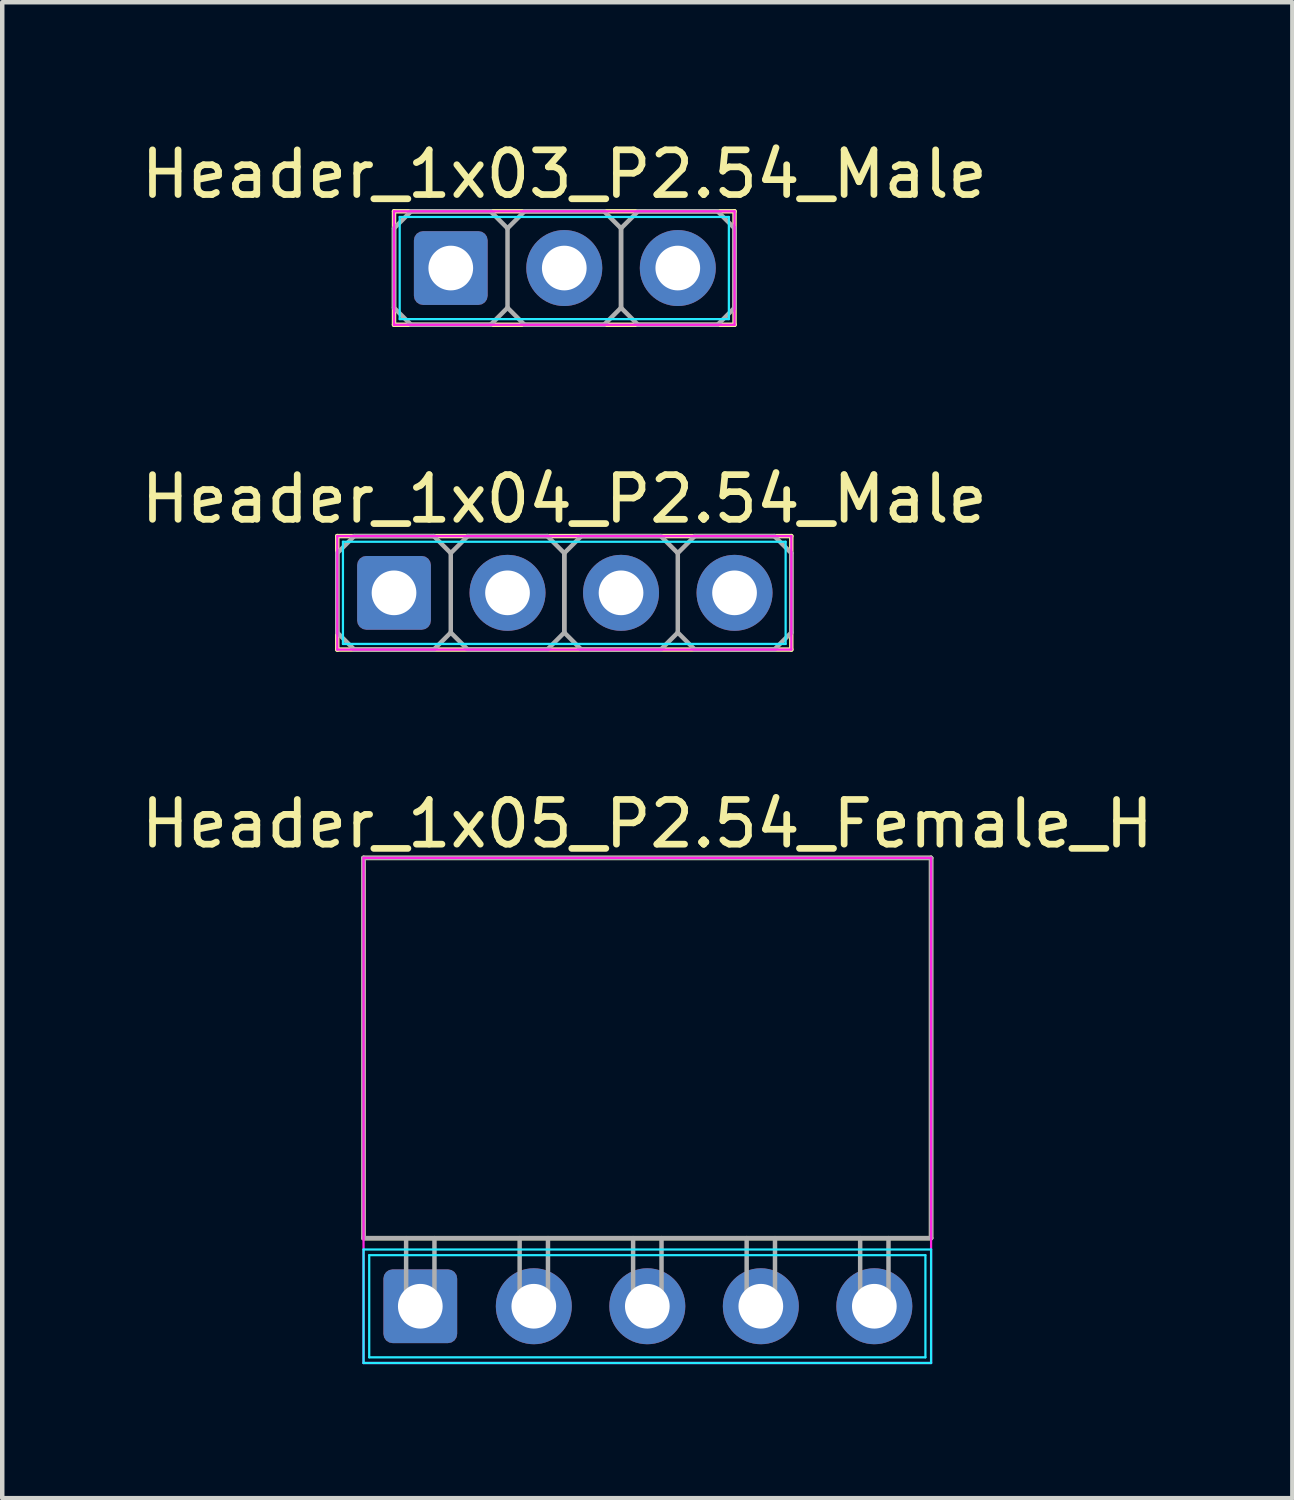
<source format=kicad_pcb>
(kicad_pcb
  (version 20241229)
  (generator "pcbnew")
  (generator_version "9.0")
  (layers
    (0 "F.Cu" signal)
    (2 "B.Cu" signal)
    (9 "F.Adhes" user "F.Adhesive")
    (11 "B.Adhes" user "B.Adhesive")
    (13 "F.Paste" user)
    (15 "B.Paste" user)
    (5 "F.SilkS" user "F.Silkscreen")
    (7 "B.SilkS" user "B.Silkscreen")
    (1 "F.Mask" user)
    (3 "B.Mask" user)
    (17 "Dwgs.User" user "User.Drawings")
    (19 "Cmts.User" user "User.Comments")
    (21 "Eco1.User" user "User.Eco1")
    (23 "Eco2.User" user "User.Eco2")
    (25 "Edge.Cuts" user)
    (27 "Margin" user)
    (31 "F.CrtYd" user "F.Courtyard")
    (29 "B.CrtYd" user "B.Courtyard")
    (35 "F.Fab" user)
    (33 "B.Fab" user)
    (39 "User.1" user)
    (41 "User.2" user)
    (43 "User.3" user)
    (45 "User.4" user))
  (footprint "Header_1x03_P2.54_Male"
    (layer "F.Cu")
    (at 9.577 2.948)
    (property "Reference" "Header_1x03_P2.54_Male" (at 0 -2.1 0) (layer "F.SilkS") (effects (font (size 1 1) (thickness 0.15))))
    (attr through_hole)
    (fp_line (start -3.81 -1.27) (end -3.81 1.27) (stroke (width 0.1) (type solid)) (layer "F.SilkS"))
    (fp_line (start -3.81 1.27) (end 3.81 1.27) (stroke (width 0.1) (type solid)) (layer "F.SilkS"))
    (fp_line (start 3.81 -1.27) (end -3.81 -1.27) (stroke (width 0.1) (type solid)) (layer "F.SilkS"))
    (fp_line (start 3.81 1.27) (end 3.81 -1.27) (stroke (width 0.1) (type solid)) (layer "F.SilkS"))
    (fp_line (start -3.683 -1.143) (end -3.683 1.143) (stroke (width 0.05) (type solid)) (layer "B.CrtYd"))
    (fp_line (start -3.683 1.143) (end 3.683 1.143) (stroke (width 0.05) (type solid)) (layer "B.CrtYd"))
    (fp_line (start 3.683 -1.143) (end -3.683 -1.143) (stroke (width 0.05) (type solid)) (layer "B.CrtYd"))
    (fp_line (start 3.683 1.143) (end 3.683 -1.143) (stroke (width 0.05) (type solid)) (layer "B.CrtYd"))
    (fp_line (start -3.81 -1.27) (end -3.81 1.27) (stroke (width 0.05) (type solid)) (layer "F.CrtYd"))
    (fp_line (start -3.81 1.27) (end 3.81 1.27) (stroke (width 0.05) (type solid)) (layer "F.CrtYd"))
    (fp_line (start 3.81 -1.27) (end -3.81 -1.27) (stroke (width 0.05) (type solid)) (layer "F.CrtYd"))
    (fp_line (start 3.81 1.27) (end 3.81 -1.27) (stroke (width 0.05) (type solid)) (layer "F.CrtYd"))
    (fp_line (start -3.81 -0.889) (end -3.81 0.889) (stroke (width 0.1) (type solid)) (layer "F.Fab"))
    (fp_line (start -3.81 0.889) (end -3.429 1.27) (stroke (width 0.1) (type solid)) (layer "F.Fab"))
    (fp_line (start -3.429 -1.27) (end -3.81 -0.889) (stroke (width 0.1) (type solid)) (layer "F.Fab"))
    (fp_line (start -3.429 -1.27) (end -1.651 -1.27) (stroke (width 0.1) (type solid)) (layer "F.Fab"))
    (fp_line (start -3.429 1.27) (end -1.651 1.27) (stroke (width 0.1) (type solid)) (layer "F.Fab"))
    (fp_line (start -1.651 -1.27) (end -1.27 -0.889) (stroke (width 0.1) (type solid)) (layer "F.Fab"))
    (fp_line (start -1.651 1.27) (end -1.27 0.889) (stroke (width 0.1) (type solid)) (layer "F.Fab"))
    (fp_line (start -1.27 -0.889) (end -1.27 0.889) (stroke (width 0.1) (type solid)) (layer "F.Fab"))
    (fp_line (start -1.27 0.889) (end -0.889 1.27) (stroke (width 0.1) (type solid)) (layer "F.Fab"))
    (fp_line (start -0.889 -1.27) (end -1.27 -0.889) (stroke (width 0.1) (type solid)) (layer "F.Fab"))
    (fp_line (start -0.889 -1.27) (end 0.889 -1.27) (stroke (width 0.1) (type solid)) (layer "F.Fab"))
    (fp_line (start -0.889 1.27) (end 0.889 1.27) (stroke (width 0.1) (type solid)) (layer "F.Fab"))
    (fp_line (start 0.889 -1.27) (end 1.27 -0.889) (stroke (width 0.1) (type solid)) (layer "F.Fab"))
    (fp_line (start 0.889 1.27) (end 1.27 0.889) (stroke (width 0.1) (type solid)) (layer "F.Fab"))
    (fp_line (start 1.27 -0.889) (end 1.27 0.889) (stroke (width 0.1) (type solid)) (layer "F.Fab"))
    (fp_line (start 1.27 -0.889) (end 1.27 0.889) (stroke (width 0.1) (type solid)) (layer "F.Fab"))
    (fp_line (start 1.27 0.889) (end 1.651 1.27) (stroke (width 0.1) (type solid)) (layer "F.Fab"))
    (fp_line (start 1.651 -1.27) (end 1.27 -0.889) (stroke (width 0.1) (type solid)) (layer "F.Fab"))
    (fp_line (start 1.651 -1.27) (end 3.429 -1.27) (stroke (width 0.1) (type solid)) (layer "F.Fab"))
    (fp_line (start 1.651 1.27) (end 3.429 1.27) (stroke (width 0.1) (type solid)) (layer "F.Fab"))
    (fp_line (start 3.429 -1.27) (end 3.81 -0.889) (stroke (width 0.1) (type solid)) (layer "F.Fab"))
    (fp_line (start 3.429 1.27) (end 3.81 0.889) (stroke (width 0.1) (type solid)) (layer "F.Fab"))
    (fp_line (start 3.81 -0.889) (end 3.81 0.889) (stroke (width 0.1) (type solid)) (layer "F.Fab"))
    (pad "1" thru_hole roundrect (at -2.54 0) (size 1.65 1.65) (drill 1) (layers "*.Cu" "*.Mask") (roundrect_rratio 0.125))
    (pad "2" thru_hole circle (at 0 0) (size 1.7 1.7) (drill 1) (layers "*.Cu" "*.Mask"))
    (pad "3" thru_hole circle (at 2.54 0) (size 1.7 1.7) (drill 1) (layers "*.Cu" "*.Mask")))
  (footprint "Header_1x04_P2.54_Male"
    (layer "F.Cu")
    (at 9.577 10.216)
    (property "Reference" "Header_1x04_P2.54_Male" (at 0 -2.1 0) (layer "F.SilkS") (effects (font (size 1 1) (thickness 0.15))))
    (attr through_hole)
    (fp_line (start -5.08 -1.27) (end -5.08 1.27) (stroke (width 0.1) (type solid)) (layer "F.SilkS"))
    (fp_line (start -5.08 1.27) (end 5.08 1.27) (stroke (width 0.1) (type solid)) (layer "F.SilkS"))
    (fp_line (start 5.08 -1.27) (end -5.08 -1.27) (stroke (width 0.1) (type solid)) (layer "F.SilkS"))
    (fp_line (start 5.08 1.27) (end 5.08 -1.27) (stroke (width 0.1) (type solid)) (layer "F.SilkS"))
    (fp_line (start -4.953 -1.143) (end -4.953 1.143) (stroke (width 0.05) (type solid)) (layer "B.CrtYd"))
    (fp_line (start -4.953 1.143) (end 4.953 1.143) (stroke (width 0.05) (type solid)) (layer "B.CrtYd"))
    (fp_line (start 4.953 -1.143) (end -4.953 -1.143) (stroke (width 0.05) (type solid)) (layer "B.CrtYd"))
    (fp_line (start 4.953 1.143) (end 4.953 -1.143) (stroke (width 0.05) (type solid)) (layer "B.CrtYd"))
    (fp_line (start -5.08 -1.27) (end -5.08 1.27) (stroke (width 0.05) (type solid)) (layer "F.CrtYd"))
    (fp_line (start -5.08 1.27) (end 5.08 1.27) (stroke (width 0.05) (type solid)) (layer "F.CrtYd"))
    (fp_line (start 5.08 -1.27) (end -5.08 -1.27) (stroke (width 0.05) (type solid)) (layer "F.CrtYd"))
    (fp_line (start 5.08 1.27) (end 5.08 -1.27) (stroke (width 0.05) (type solid)) (layer "F.CrtYd"))
    (fp_line (start -5.08 -0.889) (end -5.08 0.889) (stroke (width 0.1) (type solid)) (layer "F.Fab"))
    (fp_line (start -5.08 0.889) (end -4.699 1.27) (stroke (width 0.1) (type solid)) (layer "F.Fab"))
    (fp_line (start -4.699 -1.27) (end -5.08 -0.889) (stroke (width 0.1) (type solid)) (layer "F.Fab"))
    (fp_line (start -4.699 -1.27) (end -2.921 -1.27) (stroke (width 0.1) (type solid)) (layer "F.Fab"))
    (fp_line (start -4.699 1.27) (end -2.921 1.27) (stroke (width 0.1) (type solid)) (layer "F.Fab"))
    (fp_line (start -2.921 -1.27) (end -2.54 -0.889) (stroke (width 0.1) (type solid)) (layer "F.Fab"))
    (fp_line (start -2.921 1.27) (end -2.54 0.889) (stroke (width 0.1) (type solid)) (layer "F.Fab"))
    (fp_line (start -2.54 -0.889) (end -2.54 0.889) (stroke (width 0.1) (type solid)) (layer "F.Fab"))
    (fp_line (start -2.54 0.889) (end -2.159 1.27) (stroke (width 0.1) (type solid)) (layer "F.Fab"))
    (fp_line (start -2.159 -1.27) (end -2.54 -0.889) (stroke (width 0.1) (type solid)) (layer "F.Fab"))
    (fp_line (start -2.159 -1.27) (end -0.381 -1.27) (stroke (width 0.1) (type solid)) (layer "F.Fab"))
    (fp_line (start -2.159 1.27) (end -0.381 1.27) (stroke (width 0.1) (type solid)) (layer "F.Fab"))
    (fp_line (start -0.381 -1.27) (end 0 -0.889) (stroke (width 0.1) (type solid)) (layer "F.Fab"))
    (fp_line (start -0.381 1.27) (end 0 0.889) (stroke (width 0.1) (type solid)) (layer "F.Fab"))
    (fp_line (start 0 -0.889) (end 0 0.889) (stroke (width 0.1) (type solid)) (layer "F.Fab"))
    (fp_line (start 0 -0.889) (end 0 0.889) (stroke (width 0.1) (type solid)) (layer "F.Fab"))
    (fp_line (start 0 0.889) (end 0.381 1.27) (stroke (width 0.1) (type solid)) (layer "F.Fab"))
    (fp_line (start 0.381 -1.27) (end 0 -0.889) (stroke (width 0.1) (type solid)) (layer "F.Fab"))
    (fp_line (start 0.381 -1.27) (end 2.159 -1.27) (stroke (width 0.1) (type solid)) (layer "F.Fab"))
    (fp_line (start 0.381 1.27) (end 2.159 1.27) (stroke (width 0.1) (type solid)) (layer "F.Fab"))
    (fp_line (start 2.159 -1.27) (end 2.54 -0.889) (stroke (width 0.1) (type solid)) (layer "F.Fab"))
    (fp_line (start 2.159 1.27) (end 2.54 0.889) (stroke (width 0.1) (type solid)) (layer "F.Fab"))
    (fp_line (start 2.54 -0.889) (end 2.54 0.889) (stroke (width 0.1) (type solid)) (layer "F.Fab"))
    (fp_line (start 2.54 0.889) (end 2.921 1.27) (stroke (width 0.1) (type solid)) (layer "F.Fab"))
    (fp_line (start 2.921 -1.27) (end 2.54 -0.889) (stroke (width 0.1) (type solid)) (layer "F.Fab"))
    (fp_line (start 2.921 -1.27) (end 4.699 -1.27) (stroke (width 0.1) (type solid)) (layer "F.Fab"))
    (fp_line (start 2.921 1.27) (end 4.699 1.27) (stroke (width 0.1) (type solid)) (layer "F.Fab"))
    (fp_line (start 4.699 -1.27) (end 5.08 -0.889) (stroke (width 0.1) (type solid)) (layer "F.Fab"))
    (fp_line (start 4.699 1.27) (end 5.08 0.889) (stroke (width 0.1) (type solid)) (layer "F.Fab"))
    (fp_line (start 5.08 -0.889) (end 5.08 0.889) (stroke (width 0.1) (type solid)) (layer "F.Fab"))
    (pad "1" thru_hole roundrect (at -3.81 0) (size 1.65 1.65) (drill 1) (layers "*.Cu" "*.Mask") (roundrect_rratio 0.125))
    (pad "2" thru_hole circle (at -1.27 0) (size 1.7 1.7) (drill 1) (layers "*.Cu" "*.Mask"))
    (pad "3" thru_hole circle (at 1.27 0) (size 1.7 1.7) (drill 1) (layers "*.Cu" "*.Mask"))
    (pad "4" thru_hole circle (at 3.81 0) (size 1.7 1.7) (drill 1) (layers "*.Cu" "*.Mask")))
  (footprint "Header_1x05_P2.54_Female_H"
    (layer "F.Cu")
    (at 11.435 26.18)
    (property "Reference" "Header_1x05_P2.54_Female_H" (at 0 -10.795 0) (layer "F.SilkS") (effects (font (size 1 1) (thickness 0.15))))
    (attr through_hole)
    (fp_line (start -6.35 -10.033) (end -6.35 -1.524) (stroke (width 0.1) (type solid)) (layer "F.SilkS"))
    (fp_line (start -6.35 -1.524) (end 6.35 -1.524) (stroke (width 0.1) (type solid)) (layer "F.SilkS"))
    (fp_line (start 6.35 -10.033) (end -6.35 -10.033) (stroke (width 0.1) (type solid)) (layer "F.SilkS"))
    (fp_line (start 6.35 -1.524) (end 6.35 -10.033) (stroke (width 0.1) (type solid)) (layer "F.SilkS"))
    (fp_line (start -6.35 -1.27) (end -6.35 1.27) (stroke (width 0.05) (type solid)) (layer "B.CrtYd"))
    (fp_line (start -6.35 1.27) (end 6.35 1.27) (stroke (width 0.05) (type solid)) (layer "B.CrtYd"))
    (fp_line (start -6.223 -1.143) (end -6.223 1.143) (stroke (width 0.05) (type solid)) (layer "B.CrtYd"))
    (fp_line (start -6.223 1.143) (end 6.223 1.143) (stroke (width 0.05) (type solid)) (layer "B.CrtYd"))
    (fp_line (start 6.223 -1.143) (end -6.223 -1.143) (stroke (width 0.05) (type solid)) (layer "B.CrtYd"))
    (fp_line (start 6.223 1.143) (end 6.223 -1.143) (stroke (width 0.05) (type solid)) (layer "B.CrtYd"))
    (fp_line (start 6.35 -1.27) (end -6.35 -1.27) (stroke (width 0.05) (type solid)) (layer "B.CrtYd"))
    (fp_line (start 6.35 1.27) (end 6.35 -1.27) (stroke (width 0.05) (type solid)) (layer "B.CrtYd"))
    (fp_line (start -6.35 -10.033) (end -6.35 1.27) (stroke (width 0.05) (type solid)) (layer "F.CrtYd"))
    (fp_line (start -6.35 1.27) (end 6.35 1.27) (stroke (width 0.05) (type solid)) (layer "F.CrtYd"))
    (fp_line (start 6.35 -10.033) (end -6.35 -10.033) (stroke (width 0.05) (type solid)) (layer "F.CrtYd"))
    (fp_line (start 6.35 1.27) (end 6.35 -10.033) (stroke (width 0.05) (type solid)) (layer "F.CrtYd"))
    (fp_line (start -6.35 -10.033) (end -6.35 -1.524) (stroke (width 0.1) (type solid)) (layer "F.Fab"))
    (fp_line (start -6.35 -1.524) (end 6.35 -1.524) (stroke (width 0.1) (type solid)) (layer "F.Fab"))
    (fp_line (start -5.397 -0.318) (end -5.397 -1.524) (stroke (width 0.1) (type solid)) (layer "F.Fab"))
    (fp_line (start -4.763 -0.318) (end -4.763 -1.524) (stroke (width 0.1) (type solid)) (layer "F.Fab"))
    (fp_line (start -2.857 -0.318) (end -2.857 -1.524) (stroke (width 0.1) (type solid)) (layer "F.Fab"))
    (fp_line (start -2.223 -0.318) (end -2.223 -1.524) (stroke (width 0.1) (type solid)) (layer "F.Fab"))
    (fp_line (start -0.318 -0.318) (end -0.318 -1.524) (stroke (width 0.1) (type solid)) (layer "F.Fab"))
    (fp_line (start 0.318 -0.318) (end 0.318 -1.524) (stroke (width 0.1) (type solid)) (layer "F.Fab"))
    (fp_line (start 2.223 -0.318) (end 2.223 -1.524) (stroke (width 0.1) (type solid)) (layer "F.Fab"))
    (fp_line (start 2.857 -0.318) (end 2.857 -1.524) (stroke (width 0.1) (type solid)) (layer "F.Fab"))
    (fp_line (start 4.763 -0.318) (end 4.763 -1.524) (stroke (width 0.1) (type solid)) (layer "F.Fab"))
    (fp_line (start 5.397 -0.318) (end 5.397 -1.524) (stroke (width 0.1) (type solid)) (layer "F.Fab"))
    (fp_line (start 6.35 -10.033) (end -6.35 -10.033) (stroke (width 0.1) (type solid)) (layer "F.Fab"))
    (fp_line (start 6.35 -1.524) (end 6.35 -10.033) (stroke (width 0.1) (type solid)) (layer "F.Fab"))
    (fp_poly (pts (xy -4.763 0.318) (xy -5.397 0.318) (xy -5.397 -0.318) (xy -4.763 -0.318)) (stroke (width 0.1) (type solid)) (fill no) (layer "F.Fab"))
    (fp_poly (pts (xy -2.223 0.318) (xy -2.857 0.318) (xy -2.857 -0.318) (xy -2.223 -0.318)) (stroke (width 0.1) (type solid)) (fill no) (layer "F.Fab"))
    (fp_poly (pts (xy 0.318 0.318) (xy -0.318 0.318) (xy -0.318 -0.318) (xy 0.318 -0.318)) (stroke (width 0.1) (type solid)) (fill no) (layer "F.Fab"))
    (fp_poly (pts (xy 2.857 0.318) (xy 2.223 0.318) (xy 2.223 -0.318) (xy 2.857 -0.318)) (stroke (width 0.1) (type solid)) (fill no) (layer "F.Fab"))
    (fp_poly (pts (xy 5.397 0.318) (xy 4.763 0.318) (xy 4.763 -0.318) (xy 5.397 -0.318)) (stroke (width 0.1) (type solid)) (fill no) (layer "F.Fab"))
    (pad "1" thru_hole roundrect (at -5.08 0) (size 1.65 1.65) (drill 1) (layers "*.Cu" "*.Mask") (roundrect_rratio 0.125))
    (pad "2" thru_hole circle (at -2.54 0) (size 1.7 1.7) (drill 1) (layers "*.Cu" "*.Mask"))
    (pad "3" thru_hole circle (at 0 0) (size 1.7 1.7) (drill 1) (layers "*.Cu" "*.Mask"))
    (pad "4" thru_hole circle (at 2.54 0) (size 1.7 1.7) (drill 1) (layers "*.Cu" "*.Mask"))
    (pad "5" thru_hole circle (at 5.08 0) (size 1.7 1.7) (drill 1) (layers "*.Cu" "*.Mask")))
  (gr_rect
    (start -3 -3)
    (end 25.869 30.475)
    (stroke (width 0.1) (type default))
    (fill no)
    (layer "Edge.Cuts")))
</source>
